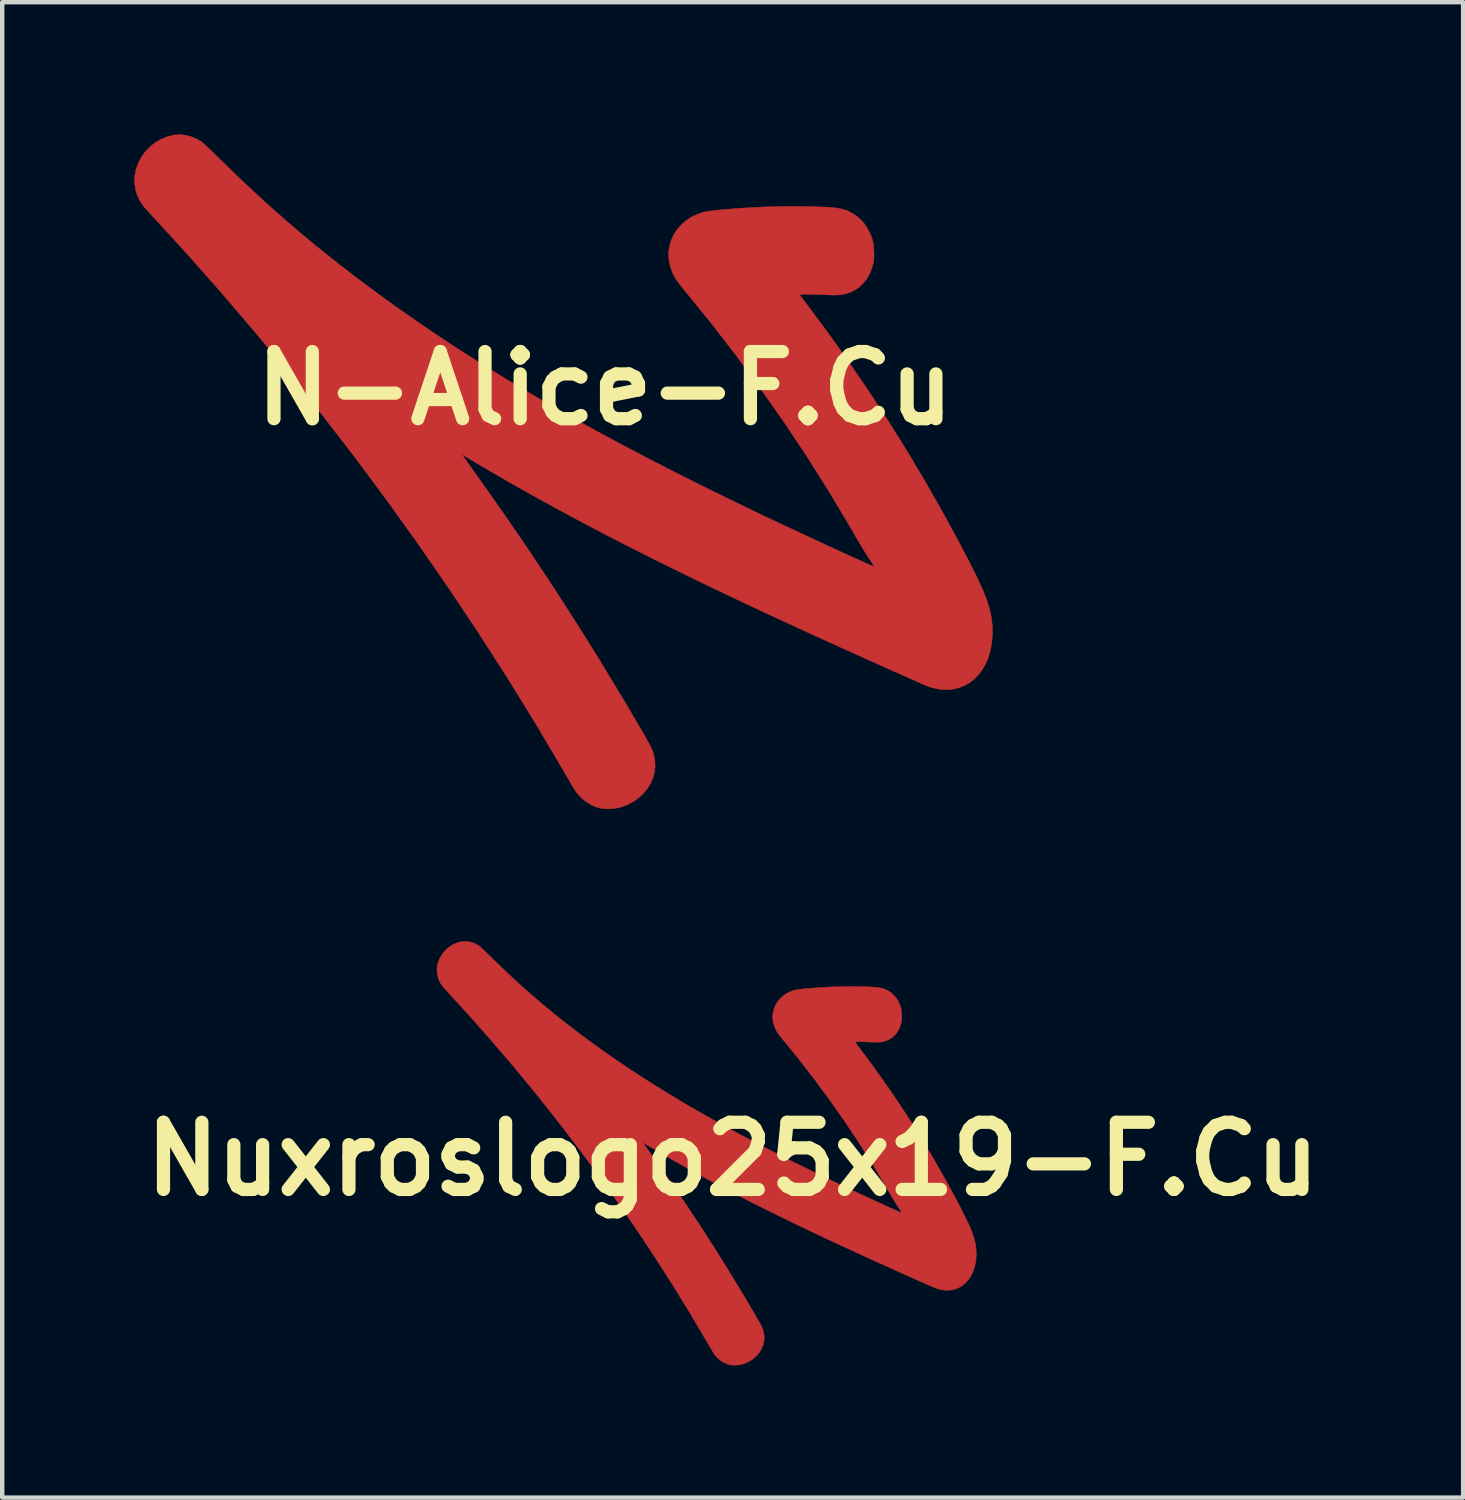
<source format=kicad_pcb>
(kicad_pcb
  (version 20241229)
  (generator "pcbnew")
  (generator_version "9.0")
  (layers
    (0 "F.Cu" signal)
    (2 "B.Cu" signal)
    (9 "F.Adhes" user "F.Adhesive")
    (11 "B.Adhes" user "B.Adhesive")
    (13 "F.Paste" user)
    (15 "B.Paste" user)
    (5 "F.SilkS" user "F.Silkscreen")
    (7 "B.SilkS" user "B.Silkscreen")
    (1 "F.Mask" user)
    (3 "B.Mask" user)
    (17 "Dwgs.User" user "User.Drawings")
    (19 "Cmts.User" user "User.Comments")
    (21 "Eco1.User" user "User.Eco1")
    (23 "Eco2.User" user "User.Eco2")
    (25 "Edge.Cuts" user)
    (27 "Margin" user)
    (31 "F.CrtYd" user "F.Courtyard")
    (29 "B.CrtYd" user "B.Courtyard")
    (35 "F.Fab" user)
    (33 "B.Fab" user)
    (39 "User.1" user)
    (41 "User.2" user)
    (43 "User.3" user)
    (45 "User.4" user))
  (footprint "N-Alice-F.Cu"
    (layer "F.Cu")
    (at 10.679 5.763)
    (property "Reference" "N-Alice-F.Cu" (at 0 0 0) (layer "F.SilkS") (effects (font (size 1.524 1.524) (thickness 0.3))))
    (attr through_hole)
    (fp_poly (pts (xy -9.515 -5.744) (xy -9.386 -5.71) (xy -9.259 -5.657) (xy -9.156 -5.596) (xy -9.137 -5.581) (xy -9.103 -5.551) (xy -9.057 -5.508) (xy -9.001 -5.455) (xy -8.936 -5.393) (xy -8.864 -5.324) (xy -8.788 -5.249) (xy -8.734 -5.196) (xy -8.344 -4.817) (xy -7.961 -4.455) (xy -7.581 -4.108) (xy -7.199 -3.772) (xy -6.813 -3.443) (xy -6.419 -3.12) (xy -6.013 -2.798) (xy -5.591 -2.474) (xy -5.524 -2.423) (xy -5.095 -2.105) (xy -4.658 -1.791) (xy -4.211 -1.48) (xy -3.755 -1.171) (xy -3.289 -0.865) (xy -2.811 -0.56) (xy -2.32 -0.257) (xy -1.816 0.046) (xy -1.298 0.349) (xy -0.765 0.652) (xy -0.216 0.956) (xy 0.35 1.261) (xy 0.933 1.568) (xy 1.535 1.877) (xy 2.157 2.19) (xy 2.799 2.506) (xy 3.462 2.826) (xy 3.839 3.005) (xy 3.96 3.062) (xy 4.089 3.122) (xy 4.225 3.186) (xy 4.366 3.252) (xy 4.511 3.319) (xy 4.658 3.387) (xy 4.805 3.456) (xy 4.952 3.524) (xy 5.097 3.591) (xy 5.238 3.655) (xy 5.373 3.718) (xy 5.502 3.777) (xy 5.623 3.832) (xy 5.733 3.882) (xy 5.833 3.927) (xy 5.92 3.966) (xy 5.992 3.999) (xy 6.049 4.024) (xy 6.089 4.041) (xy 6.11 4.049) (xy 6.113 4.05) (xy 6.108 4.04) (xy 6.092 4.013) (xy 6.068 3.973) (xy 6.036 3.923) (xy 5.999 3.866) (xy 5.996 3.862) (xy 5.961 3.808) (xy 5.93 3.759) (xy 5.901 3.712) (xy 5.872 3.666) (xy 5.842 3.618) (xy 5.81 3.564) (xy 5.774 3.503) (xy 5.732 3.432) (xy 5.683 3.349) (xy 5.626 3.251) (xy 5.559 3.135) (xy 5.559 3.135) (xy 5.082 2.336) (xy 4.585 1.548) (xy 4.067 0.77) (xy 3.529 0.002) (xy 2.97 -0.757) (xy 2.39 -1.505) (xy 1.859 -2.16) (xy 1.79 -2.243) (xy 1.735 -2.312) (xy 1.69 -2.369) (xy 1.654 -2.417) (xy 1.625 -2.458) (xy 1.6 -2.497) (xy 1.579 -2.534) (xy 1.56 -2.571) (xy 1.514 -2.677) (xy 1.478 -2.791) (xy 1.454 -2.907) (xy 1.443 -3.015) (xy 1.443 -3.031) (xy 1.448 -3.105) (xy 1.461 -3.191) (xy 1.481 -3.28) (xy 1.505 -3.362) (xy 1.514 -3.384) (xy 1.573 -3.508) (xy 1.653 -3.623) (xy 1.749 -3.728) (xy 1.86 -3.821) (xy 1.983 -3.898) (xy 2.115 -3.958) (xy 2.119 -3.959) (xy 2.175 -3.978) (xy 2.231 -3.994) (xy 2.29 -4.008) (xy 2.356 -4.019) (xy 2.434 -4.03) (xy 2.526 -4.041) (xy 2.632 -4.051) (xy 3.126 -4.091) (xy 3.619 -4.117) (xy 4.105 -4.129) (xy 4.581 -4.127) (xy 5.043 -4.111) (xy 5.057 -4.11) (xy 5.191 -4.1) (xy 5.307 -4.084) (xy 5.407 -4.062) (xy 5.494 -4.033) (xy 5.554 -4.006) (xy 5.684 -3.929) (xy 5.797 -3.837) (xy 5.894 -3.728) (xy 5.974 -3.603) (xy 6.039 -3.462) (xy 6.074 -3.358) (xy 6.087 -3.299) (xy 6.097 -3.224) (xy 6.103 -3.14) (xy 6.107 -3.054) (xy 6.106 -2.973) (xy 6.101 -2.903) (xy 6.097 -2.872) (xy 6.059 -2.724) (xy 6.004 -2.59) (xy 5.933 -2.47) (xy 5.863 -2.385) (xy 5.77 -2.297) (xy 5.671 -2.229) (xy 5.563 -2.177) (xy 5.44 -2.141) (xy 5.384 -2.13) (xy 5.351 -2.125) (xy 5.318 -2.121) (xy 5.281 -2.118) (xy 5.237 -2.117) (xy 5.184 -2.117) (xy 5.116 -2.119) (xy 5.032 -2.122) (xy 4.953 -2.125) (xy 4.862 -2.128) (xy 4.772 -2.131) (xy 4.689 -2.133) (xy 4.616 -2.134) (xy 4.558 -2.134) (xy 4.519 -2.134) (xy 4.413 -2.13) (xy 4.609 -1.87) (xy 5.1 -1.208) (xy 5.569 -0.547) (xy 6.02 0.114) (xy 6.454 0.78) (xy 6.874 1.453) (xy 7.28 2.136) (xy 7.676 2.832) (xy 8.053 3.527) (xy 8.163 3.735) (xy 8.261 3.924) (xy 8.348 4.096) (xy 8.425 4.251) (xy 8.491 4.391) (xy 8.549 4.517) (xy 8.598 4.631) (xy 8.638 4.732) (xy 8.666 4.806) (xy 8.719 4.974) (xy 8.757 5.13) (xy 8.782 5.282) (xy 8.794 5.435) (xy 8.794 5.595) (xy 8.794 5.596) (xy 8.778 5.789) (xy 8.743 5.97) (xy 8.69 6.14) (xy 8.618 6.296) (xy 8.527 6.438) (xy 8.493 6.483) (xy 8.391 6.591) (xy 8.277 6.681) (xy 8.153 6.751) (xy 8.02 6.801) (xy 7.88 6.831) (xy 7.733 6.84) (xy 7.583 6.828) (xy 7.429 6.795) (xy 7.333 6.763) (xy 7.306 6.752) (xy 7.259 6.733) (xy 7.195 6.705) (xy 7.113 6.669) (xy 7.016 6.626) (xy 6.906 6.578) (xy 6.783 6.523) (xy 6.65 6.463) (xy 6.506 6.4) (xy 6.355 6.332) (xy 6.198 6.261) (xy 6.035 6.188) (xy 5.868 6.113) (xy 5.7 6.037) (xy 5.53 5.961) (xy 5.361 5.884) (xy 5.195 5.809) (xy 5.032 5.735) (xy 4.873 5.663) (xy 4.722 5.594) (xy 4.578 5.528) (xy 4.537 5.51) (xy 3.92 5.225) (xy 3.323 4.947) (xy 2.747 4.674) (xy 2.189 4.407) (xy 1.651 4.144) (xy 1.129 3.886) (xy 0.624 3.632) (xy 0.135 3.382) (xy -0.34 3.134) (xy -0.801 2.889) (xy -1.249 2.646) (xy -1.686 2.404) (xy -2.111 2.164) (xy -2.401 1.997) (xy -2.496 1.942) (xy -2.595 1.885) (xy -2.695 1.826) (xy -2.794 1.768) (xy -2.889 1.712) (xy -2.977 1.66) (xy -3.057 1.613) (xy -3.125 1.572) (xy -3.178 1.54) (xy -3.215 1.517) (xy -3.221 1.513) (xy -3.229 1.508) (xy -3.235 1.504) (xy -3.24 1.501) (xy -3.242 1.501) (xy -3.24 1.506) (xy -3.234 1.517) (xy -3.222 1.535) (xy -3.203 1.562) (xy -3.177 1.6) (xy -3.142 1.649) (xy -3.098 1.711) (xy -3.043 1.787) (xy -2.977 1.88) (xy -2.898 1.99) (xy -2.891 2) (xy -2.313 2.82) (xy -1.751 3.64) (xy -1.203 4.465) (xy -0.666 5.297) (xy -0.138 6.142) (xy 0.384 7.003) (xy 0.748 7.62) (xy 0.819 7.742) (xy 0.879 7.845) (xy 0.93 7.933) (xy 0.971 8.008) (xy 1.005 8.07) (xy 1.033 8.123) (xy 1.055 8.169) (xy 1.072 8.209) (xy 1.086 8.245) (xy 1.098 8.28) (xy 1.108 8.314) (xy 1.134 8.45) (xy 1.139 8.585) (xy 1.123 8.719) (xy 1.087 8.848) (xy 1.032 8.972) (xy 0.96 9.088) (xy 0.872 9.196) (xy 0.769 9.292) (xy 0.651 9.376) (xy 0.521 9.446) (xy 0.378 9.5) (xy 0.326 9.514) (xy 0.255 9.528) (xy 0.172 9.538) (xy 0.086 9.543) (xy 0.005 9.542) (xy -0.061 9.536) (xy -0.188 9.505) (xy -0.312 9.453) (xy -0.429 9.383) (xy -0.534 9.296) (xy -0.625 9.197) (xy -0.662 9.146) (xy -0.679 9.119) (xy -0.706 9.074) (xy -0.742 9.015) (xy -0.784 8.944) (xy -0.831 8.864) (xy -0.882 8.777) (xy -0.935 8.686) (xy -0.948 8.665) (xy -1.562 7.626) (xy -2.199 6.594) (xy -2.856 5.569) (xy -3.534 4.552) (xy -4.23 3.544) (xy -4.945 2.547) (xy -5.677 1.562) (xy -6.426 0.59) (xy -7.19 -0.368) (xy -7.969 -1.31) (xy -8.762 -2.236) (xy -9.568 -3.145) (xy -10.247 -3.885) (xy -10.302 -3.945) (xy -10.354 -4.002) (xy -10.401 -4.054) (xy -10.44 -4.097) (xy -10.466 -4.128) (xy -10.474 -4.137) (xy -10.552 -4.253) (xy -10.612 -4.38) (xy -10.653 -4.514) (xy -10.674 -4.651) (xy -10.674 -4.788) (xy -10.67 -4.828) (xy -10.639 -4.977) (xy -10.587 -5.118) (xy -10.518 -5.25) (xy -10.431 -5.371) (xy -10.329 -5.478) (xy -10.213 -5.572) (xy -10.086 -5.648) (xy -9.949 -5.706) (xy -9.804 -5.744) (xy -9.772 -5.75) (xy -9.645 -5.758) (xy -9.515 -5.744)) (stroke (width 0.01) (type solid)) (fill yes) (layer "F.Cu")))
  (footprint "Nuxroslogo25x19-F.Cu"
    (layer "F.Cu")
    (at 13.578 23.255)
    (property "Reference" "Nuxroslogo25x19-F.Cu" (at 0 0 0) (layer "F.SilkS") (effects (font (size 1.524 1.524) (thickness 0.3))))
    (attr through_hole)
    (fp_poly (pts (xy -5.981 -4.931) (xy -5.9 -4.91) (xy -5.82 -4.877) (xy -5.755 -4.838) (xy -5.743 -4.829) (xy -5.722 -4.81) (xy -5.693 -4.783) (xy -5.658 -4.75) (xy -5.617 -4.711) (xy -5.572 -4.667) (xy -5.524 -4.62) (xy -5.49 -4.587) (xy -5.245 -4.349) (xy -5.004 -4.121) (xy -4.765 -3.903) (xy -4.525 -3.692) (xy -4.283 -3.485) (xy -4.035 -3.282) (xy -3.78 -3.079) (xy -3.514 -2.876) (xy -3.472 -2.844) (xy -3.203 -2.644) (xy -2.928 -2.446) (xy -2.647 -2.251) (xy -2.361 -2.057) (xy -2.067 -1.864) (xy -1.767 -1.673) (xy -1.458 -1.482) (xy -1.142 -1.292) (xy -0.816 -1.102) (xy -0.481 -0.911) (xy -0.136 -0.72) (xy 0.22 -0.528) (xy 0.587 -0.335) (xy 0.965 -0.141) (xy 1.356 0.056) (xy 1.759 0.254) (xy 2.176 0.455) (xy 2.413 0.568) (xy 2.489 0.604) (xy 2.57 0.642) (xy 2.656 0.682) (xy 2.744 0.723) (xy 2.835 0.766) (xy 2.928 0.809) (xy 3.021 0.852) (xy 3.113 0.894) (xy 3.204 0.936) (xy 3.292 0.977) (xy 3.377 1.016) (xy 3.458 1.053) (xy 3.534 1.088) (xy 3.604 1.119) (xy 3.666 1.148) (xy 3.721 1.172) (xy 3.767 1.193) (xy 3.802 1.209) (xy 3.827 1.219) (xy 3.841 1.225) (xy 3.843 1.225) (xy 3.839 1.219) (xy 3.829 1.202) (xy 3.814 1.177) (xy 3.794 1.145) (xy 3.771 1.109) (xy 3.769 1.107) (xy 3.747 1.073) (xy 3.727 1.042) (xy 3.709 1.013) (xy 3.691 0.984) (xy 3.672 0.953) (xy 3.652 0.92) (xy 3.629 0.881) (xy 3.603 0.837) (xy 3.572 0.784) (xy 3.536 0.723) (xy 3.494 0.65) (xy 3.494 0.65) (xy 3.194 0.148) (xy 2.882 -0.348) (xy 2.557 -0.837) (xy 2.218 -1.32) (xy 1.867 -1.796) (xy 1.502 -2.267) (xy 1.169 -2.678) (xy 1.125 -2.731) (xy 1.09 -2.774) (xy 1.062 -2.81) (xy 1.04 -2.84) (xy 1.021 -2.866) (xy 1.006 -2.89) (xy 0.992 -2.914) (xy 0.98 -2.937) (xy 0.951 -3.003) (xy 0.929 -3.075) (xy 0.914 -3.148) (xy 0.907 -3.216) (xy 0.907 -3.226) (xy 0.91 -3.273) (xy 0.918 -3.327) (xy 0.931 -3.382) (xy 0.946 -3.434) (xy 0.952 -3.448) (xy 0.989 -3.526) (xy 1.039 -3.598) (xy 1.099 -3.664) (xy 1.169 -3.722) (xy 1.247 -3.771) (xy 1.33 -3.808) (xy 1.332 -3.809) (xy 1.367 -3.821) (xy 1.402 -3.831) (xy 1.439 -3.84) (xy 1.481 -3.847) (xy 1.53 -3.854) (xy 1.588 -3.861) (xy 1.655 -3.867) (xy 1.965 -3.892) (xy 2.275 -3.908) (xy 2.58 -3.916) (xy 2.879 -3.915) (xy 3.17 -3.905) (xy 3.179 -3.904) (xy 3.263 -3.898) (xy 3.336 -3.888) (xy 3.398 -3.874) (xy 3.454 -3.856) (xy 3.491 -3.839) (xy 3.573 -3.791) (xy 3.644 -3.732) (xy 3.705 -3.664) (xy 3.755 -3.586) (xy 3.796 -3.497) (xy 3.818 -3.432) (xy 3.826 -3.395) (xy 3.832 -3.347) (xy 3.836 -3.295) (xy 3.838 -3.24) (xy 3.838 -3.189) (xy 3.835 -3.146) (xy 3.832 -3.126) (xy 3.809 -3.033) (xy 3.774 -2.949) (xy 3.729 -2.874) (xy 3.686 -2.82) (xy 3.627 -2.765) (xy 3.565 -2.722) (xy 3.497 -2.689) (xy 3.419 -2.667) (xy 3.384 -2.66) (xy 3.364 -2.656) (xy 3.343 -2.654) (xy 3.319 -2.652) (xy 3.292 -2.652) (xy 3.258 -2.652) (xy 3.216 -2.653) (xy 3.163 -2.654) (xy 3.113 -2.656) (xy 3.056 -2.658) (xy 3 -2.66) (xy 2.947 -2.661) (xy 2.901 -2.662) (xy 2.865 -2.662) (xy 2.84 -2.662) (xy 2.774 -2.66) (xy 2.897 -2.496) (xy 3.205 -2.08) (xy 3.501 -1.665) (xy 3.784 -1.249) (xy 4.057 -0.831) (xy 4.321 -0.408) (xy 4.576 0.022) (xy 4.825 0.46) (xy 5.062 0.896) (xy 5.131 1.027) (xy 5.192 1.146) (xy 5.247 1.254) (xy 5.295 1.351) (xy 5.337 1.44) (xy 5.374 1.519) (xy 5.404 1.59) (xy 5.43 1.654) (xy 5.447 1.7) (xy 5.48 1.806) (xy 5.505 1.904) (xy 5.52 1.999) (xy 5.528 2.095) (xy 5.528 2.196) (xy 5.528 2.197) (xy 5.518 2.318) (xy 5.496 2.432) (xy 5.462 2.538) (xy 5.417 2.637) (xy 5.36 2.726) (xy 5.338 2.754) (xy 5.274 2.822) (xy 5.203 2.879) (xy 5.125 2.923) (xy 5.041 2.954) (xy 4.953 2.973) (xy 4.861 2.979) (xy 4.766 2.971) (xy 4.67 2.95) (xy 4.609 2.93) (xy 4.592 2.924) (xy 4.563 2.911) (xy 4.522 2.894) (xy 4.471 2.871) (xy 4.41 2.844) (xy 4.341 2.814) (xy 4.264 2.779) (xy 4.18 2.742) (xy 4.09 2.702) (xy 3.995 2.659) (xy 3.896 2.615) (xy 3.793 2.569) (xy 3.689 2.522) (xy 3.583 2.474) (xy 3.476 2.426) (xy 3.37 2.378) (xy 3.265 2.331) (xy 3.163 2.284) (xy 3.063 2.239) (xy 2.968 2.195) (xy 2.878 2.154) (xy 2.852 2.142) (xy 2.464 1.964) (xy 2.089 1.789) (xy 1.726 1.617) (xy 1.376 1.449) (xy 1.038 1.284) (xy 0.71 1.122) (xy 0.392 0.963) (xy 0.085 0.805) (xy -0.214 0.649) (xy -0.503 0.495) (xy -0.785 0.342) (xy -1.06 0.191) (xy -1.327 0.04) (xy -1.509 -0.065) (xy -1.569 -0.1) (xy -1.631 -0.136) (xy -1.694 -0.173) (xy -1.756 -0.209) (xy -1.816 -0.244) (xy -1.871 -0.277) (xy -1.921 -0.307) (xy -1.964 -0.332) (xy -1.998 -0.353) (xy -2.021 -0.367) (xy -2.025 -0.369) (xy -2.029 -0.373) (xy -2.034 -0.376) (xy -2.037 -0.377) (xy -2.038 -0.377) (xy -2.037 -0.374) (xy -2.033 -0.367) (xy -2.025 -0.356) (xy -2.013 -0.339) (xy -1.997 -0.315) (xy -1.975 -0.284) (xy -1.947 -0.245) (xy -1.913 -0.197) (xy -1.871 -0.139) (xy -1.822 -0.07) (xy -1.817 -0.064) (xy -1.454 0.452) (xy -1.1 0.967) (xy -0.756 1.486) (xy -0.419 2.009) (xy -0.087 2.54) (xy 0.241 3.081) (xy 0.47 3.469) (xy 0.515 3.545) (xy 0.553 3.611) (xy 0.584 3.666) (xy 0.611 3.713) (xy 0.632 3.752) (xy 0.649 3.785) (xy 0.663 3.814) (xy 0.674 3.839) (xy 0.683 3.862) (xy 0.69 3.884) (xy 0.696 3.905) (xy 0.713 3.99) (xy 0.716 4.076) (xy 0.706 4.16) (xy 0.683 4.241) (xy 0.649 4.319) (xy 0.604 4.392) (xy 0.548 4.459) (xy 0.483 4.52) (xy 0.409 4.573) (xy 0.327 4.617) (xy 0.238 4.65) (xy 0.205 4.66) (xy 0.16 4.668) (xy 0.108 4.675) (xy 0.054 4.678) (xy 0.003 4.677) (xy -0.038 4.674) (xy -0.118 4.654) (xy -0.196 4.621) (xy -0.269 4.577) (xy -0.336 4.523) (xy -0.393 4.46) (xy -0.416 4.428) (xy -0.427 4.411) (xy -0.444 4.383) (xy -0.466 4.346) (xy -0.493 4.301) (xy -0.523 4.251) (xy -0.555 4.196) (xy -0.588 4.139) (xy -0.596 4.126) (xy -0.982 3.473) (xy -1.382 2.824) (xy -1.795 2.18) (xy -2.221 1.54) (xy -2.659 0.907) (xy -3.108 0.28) (xy -3.569 -0.339) (xy -4.039 -0.95) (xy -4.519 -1.552) (xy -5.009 -2.144) (xy -5.508 -2.726) (xy -6.014 -3.297) (xy -6.441 -3.763) (xy -6.475 -3.8) (xy -6.508 -3.836) (xy -6.538 -3.869) (xy -6.562 -3.896) (xy -6.579 -3.916) (xy -6.583 -3.921) (xy -6.633 -3.994) (xy -6.67 -4.074) (xy -6.696 -4.158) (xy -6.709 -4.244) (xy -6.709 -4.33) (xy -6.707 -4.355) (xy -6.687 -4.449) (xy -6.655 -4.538) (xy -6.611 -4.621) (xy -6.556 -4.697) (xy -6.492 -4.764) (xy -6.42 -4.823) (xy -6.34 -4.871) (xy -6.254 -4.908) (xy -6.162 -4.932) (xy -6.142 -4.935) (xy -6.063 -4.94) (xy -5.981 -4.931)) (stroke (width 0.01) (type solid)) (fill yes) (layer "F.Cu")))
  (gr_rect
    (start -3 -3)
    (end 30.156 30.938)
    (stroke (width 0.1) (type default))
    (fill no)
    (layer "Edge.Cuts")))
</source>
